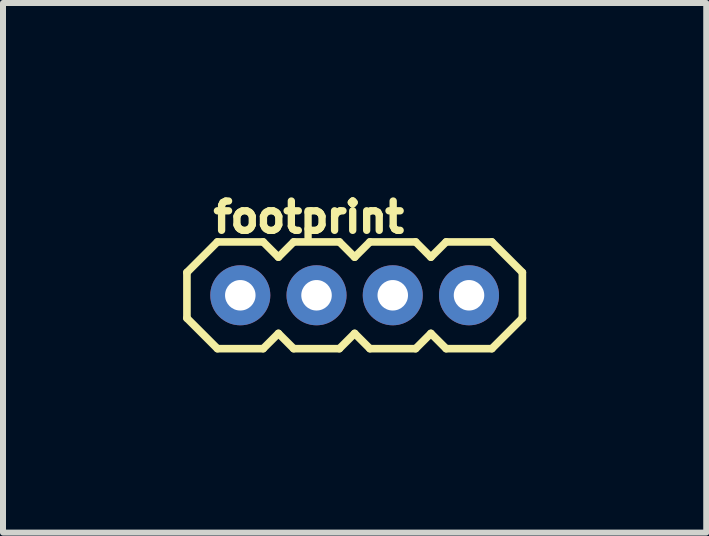
<source format=kicad_pcb>
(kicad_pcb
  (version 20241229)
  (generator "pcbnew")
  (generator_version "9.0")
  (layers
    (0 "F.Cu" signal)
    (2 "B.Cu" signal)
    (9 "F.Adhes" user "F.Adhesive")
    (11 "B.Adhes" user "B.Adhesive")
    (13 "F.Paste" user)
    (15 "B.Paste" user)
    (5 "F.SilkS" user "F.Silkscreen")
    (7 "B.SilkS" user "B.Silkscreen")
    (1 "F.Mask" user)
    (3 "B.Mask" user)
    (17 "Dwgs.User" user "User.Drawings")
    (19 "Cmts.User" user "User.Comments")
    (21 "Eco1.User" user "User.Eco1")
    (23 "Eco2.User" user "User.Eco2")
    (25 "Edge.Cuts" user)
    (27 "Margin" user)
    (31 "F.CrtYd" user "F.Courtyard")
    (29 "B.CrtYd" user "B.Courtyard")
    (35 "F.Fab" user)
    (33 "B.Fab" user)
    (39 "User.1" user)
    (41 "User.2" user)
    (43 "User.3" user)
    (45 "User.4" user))
  (footprint "footprint"
    (layer "F.Cu")
    (at 0.953 1.869)
    (property "Reference" "footprint" (at -0.508 -1.016 0) (layer "F.SilkS") (effects (font (size 0.488 0.488) (thickness 0.122)) (justify left bottom)))
    (fp_line (start -0.889 -0.381) (end -0.889 0.381) (stroke (width 0.127) (type solid)) (layer "F.SilkS"))
    (fp_line (start -0.889 0.381) (end -0.381 0.889) (stroke (width 0.127) (type solid)) (layer "F.SilkS"))
    (fp_line (start -0.381 -0.889) (end -0.889 -0.381) (stroke (width 0.127) (type solid)) (layer "F.SilkS"))
    (fp_line (start -0.381 0.889) (end 0.381 0.889) (stroke (width 0.127) (type solid)) (layer "F.SilkS"))
    (fp_line (start 0.381 -0.889) (end -0.381 -0.889) (stroke (width 0.127) (type solid)) (layer "F.SilkS"))
    (fp_line (start 0.381 0.889) (end 0.635 0.635) (stroke (width 0.127) (type solid)) (layer "F.SilkS"))
    (fp_line (start 0.635 -0.635) (end 0.381 -0.889) (stroke (width 0.127) (type solid)) (layer "F.SilkS"))
    (fp_line (start 0.635 0.635) (end 0.889 0.889) (stroke (width 0.127) (type solid)) (layer "F.SilkS"))
    (fp_line (start 0.889 -0.889) (end 0.635 -0.635) (stroke (width 0.127) (type solid)) (layer "F.SilkS"))
    (fp_line (start 0.889 0.889) (end 1.651 0.889) (stroke (width 0.127) (type solid)) (layer "F.SilkS"))
    (fp_line (start 1.651 -0.889) (end 0.889 -0.889) (stroke (width 0.127) (type solid)) (layer "F.SilkS"))
    (fp_line (start 1.651 0.889) (end 1.905 0.635) (stroke (width 0.127) (type solid)) (layer "F.SilkS"))
    (fp_line (start 1.905 -0.635) (end 1.651 -0.889) (stroke (width 0.127) (type solid)) (layer "F.SilkS"))
    (fp_line (start 1.905 0.635) (end 2.159 0.889) (stroke (width 0.127) (type solid)) (layer "F.SilkS"))
    (fp_line (start 2.159 -0.889) (end 1.905 -0.635) (stroke (width 0.127) (type solid)) (layer "F.SilkS"))
    (fp_line (start 2.159 0.889) (end 2.921 0.889) (stroke (width 0.127) (type solid)) (layer "F.SilkS"))
    (fp_line (start 2.921 -0.889) (end 2.159 -0.889) (stroke (width 0.127) (type solid)) (layer "F.SilkS"))
    (fp_line (start 2.921 0.889) (end 3.175 0.635) (stroke (width 0.127) (type solid)) (layer "F.SilkS"))
    (fp_line (start 3.175 -0.635) (end 2.921 -0.889) (stroke (width 0.127) (type solid)) (layer "F.SilkS"))
    (fp_line (start 3.175 0.635) (end 3.429 0.889) (stroke (width 0.127) (type solid)) (layer "F.SilkS"))
    (fp_line (start 3.429 -0.889) (end 3.175 -0.635) (stroke (width 0.127) (type solid)) (layer "F.SilkS"))
    (fp_line (start 3.429 0.889) (end 4.191 0.889) (stroke (width 0.127) (type solid)) (layer "F.SilkS"))
    (fp_line (start 4.191 -0.889) (end 3.429 -0.889) (stroke (width 0.127) (type solid)) (layer "F.SilkS"))
    (fp_line (start 4.191 -0.889) (end 4.699 -0.381) (stroke (width 0.127) (type solid)) (layer "F.SilkS"))
    (fp_line (start 4.699 -0.381) (end 4.699 0.381) (stroke (width 0.127) (type solid)) (layer "F.SilkS"))
    (fp_line (start 4.699 0.381) (end 4.191 0.889) (stroke (width 0.127) (type solid)) (layer "F.SilkS"))
    (pad "1" thru_hole circle (at 0 0) (size 1 1) (drill 0.508) (layers "*.Cu" "*.Mask"))
    (pad "2" thru_hole circle (at 1.27 0) (size 1 1) (drill 0.508) (layers "*.Cu" "*.Mask"))
    (pad "3" thru_hole circle (at 2.54 0) (size 1 1) (drill 0.508) (layers "*.Cu" "*.Mask"))
    (pad "4" thru_hole circle (at 3.81 0) (size 1 1) (drill 0.508) (layers "*.Cu" "*.Mask")))
  (gr_rect
    (start -3 -3)
    (end 8.715 5.822)
    (stroke (width 0.1) (type default))
    (fill no)
    (layer "Edge.Cuts")))
</source>
